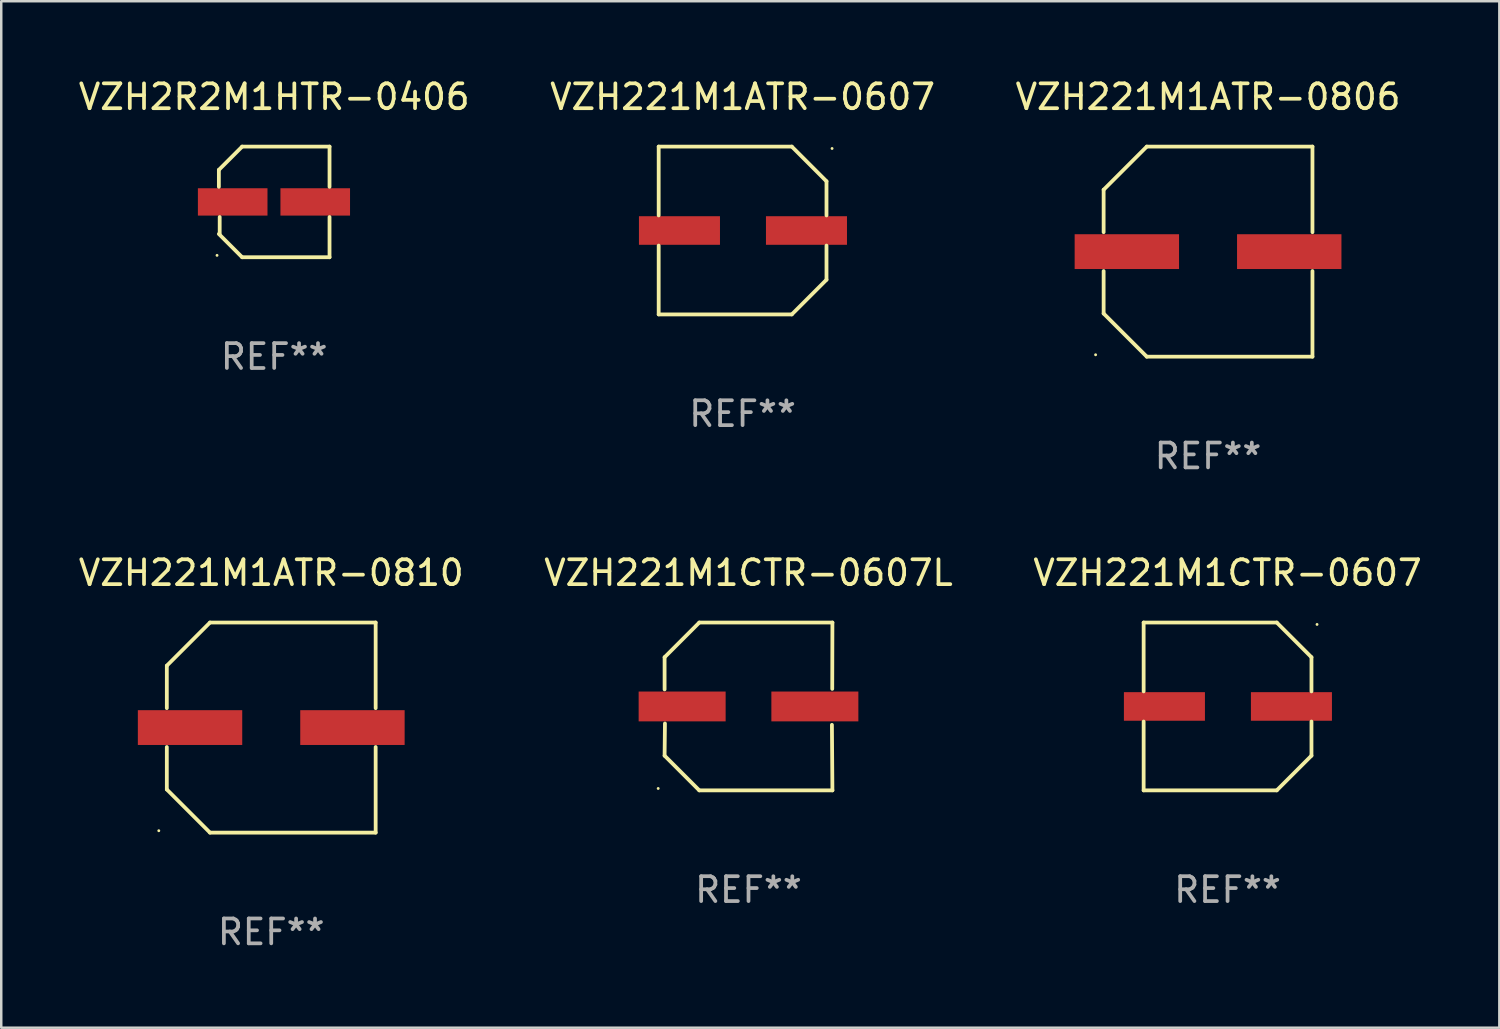
<source format=kicad_pcb>
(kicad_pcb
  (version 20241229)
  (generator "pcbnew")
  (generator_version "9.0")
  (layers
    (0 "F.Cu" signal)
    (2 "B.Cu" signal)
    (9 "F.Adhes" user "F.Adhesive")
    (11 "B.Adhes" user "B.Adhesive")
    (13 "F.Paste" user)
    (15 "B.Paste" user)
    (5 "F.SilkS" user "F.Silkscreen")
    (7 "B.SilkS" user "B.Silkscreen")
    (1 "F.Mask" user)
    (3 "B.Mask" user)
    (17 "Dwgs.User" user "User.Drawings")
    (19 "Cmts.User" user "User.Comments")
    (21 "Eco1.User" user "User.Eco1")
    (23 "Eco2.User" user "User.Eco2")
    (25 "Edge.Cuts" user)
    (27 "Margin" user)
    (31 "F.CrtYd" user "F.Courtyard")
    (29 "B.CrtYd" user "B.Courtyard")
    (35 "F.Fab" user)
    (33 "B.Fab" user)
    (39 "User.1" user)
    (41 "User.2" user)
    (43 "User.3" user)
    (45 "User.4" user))
  (footprint "VZH2R2M1HTR-0406"
    (layer "F.Cu")
    (at 7.982 5.074)
    (property "Reference" "VZH2R2M1HTR-0406" (at 0 -4.226 0) (layer "F.SilkS") (effects (font (size 1 1) (thickness 0.15))))
    (attr through_hole)
    (fp_line (start -2.226 -1.29) (end -2.226 -0.607) (stroke (width 0.152) (type solid)) (layer "F.SilkS"))
    (fp_line (start -2.193 1.29) (end -2.193 0.607) (stroke (width 0.152) (type solid)) (layer "F.SilkS"))
    (fp_line (start -1.29 2.226) (end -2.226 1.29) (stroke (width 0.152) (type solid)) (layer "F.SilkS"))
    (fp_line (start -1.29 -2.226) (end -2.226 -1.29) (stroke (width 0.152) (type solid)) (layer "F.SilkS"))
    (fp_line (start 2.226 -2.226) (end -1.29 -2.226) (stroke (width 0.152) (type solid)) (layer "F.SilkS"))
    (fp_line (start 2.226 -0.607) (end 2.226 -2.226) (stroke (width 0.152) (type solid)) (layer "F.SilkS"))
    (fp_line (start 2.226 0.607) (end 2.226 2.226) (stroke (width 0.152) (type solid)) (layer "F.SilkS"))
    (fp_line (start 2.226 2.226) (end -1.29 2.226) (stroke (width 0.152) (type solid)) (layer "F.SilkS"))
    (fp_circle (center -2.3 2.15) (end -2.27 2.15) (stroke (width 0.06) (type solid)) (fill no) (layer "F.SilkS"))
    (fp_text user "REF**" (at 0 6.226 0) (layer "F.Fab") (effects (font (size 1 1) (thickness 0.15))))
    (pad "1" smd rect (at -1.67 -0.000025) (size 2.8 1.1) (layers "F.Cu" "F.Mask" "F.Paste"))
    (pad "2" smd rect (at 1.651 -0.000025) (size 2.8 1.1) (layers "F.Cu" "F.Mask" "F.Paste")))
  (footprint "VZH221M1ATR-0607"
    (layer "F.Cu")
    (at 26.827 6.224)
    (property "Reference" "VZH221M1ATR-0607" (at 0 -5.376 0) (layer "F.SilkS") (effects (font (size 1 1) (thickness 0.15))))
    (attr through_hole)
    (fp_line (start -3.376 -3.376) (end 1.98 -3.376) (stroke (width 0.152) (type solid)) (layer "F.SilkS"))
    (fp_line (start -3.376 -0.607) (end -3.376 -3.376) (stroke (width 0.152) (type solid)) (layer "F.SilkS"))
    (fp_line (start -3.376 0.607) (end -3.376 3.376) (stroke (width 0.152) (type solid)) (layer "F.SilkS"))
    (fp_line (start -3.376 3.376) (end 1.98 3.376) (stroke (width 0.152) (type solid)) (layer "F.SilkS"))
    (fp_line (start 1.98 -3.376) (end 3.376 -1.98) (stroke (width 0.152) (type solid)) (layer "F.SilkS"))
    (fp_line (start 1.98 3.376) (end 3.376 1.98) (stroke (width 0.152) (type solid)) (layer "F.SilkS"))
    (fp_line (start 3.376 -1.98) (end 3.376 -0.607) (stroke (width 0.152) (type solid)) (layer "F.SilkS"))
    (fp_line (start 3.376 1.98) (end 3.376 0.607) (stroke (width 0.152) (type solid)) (layer "F.SilkS"))
    (fp_circle (center 3.6 -3.3) (end 3.63 -3.3) (stroke (width 0.06) (type solid)) (fill no) (layer "F.SilkS"))
    (fp_text user "REF**" (at 0 7.376 0) (layer "F.Fab") (effects (font (size 1 1) (thickness 0.15))))
    (pad "1" smd rect (at 2.57 0 180) (size 3.26 1.15) (layers "F.Cu" "F.Mask" "F.Paste"))
    (pad "2" smd rect (at -2.54 0 180) (size 3.26 1.15) (layers "F.Cu" "F.Mask" "F.Paste")))
  (footprint "VZH221M1CTR-0607L"
    (layer "F.Cu")
    (at 27.065 25.373)
    (property "Reference" "VZH221M1CTR-0607L" (at 0 -5.376 0) (layer "F.SilkS") (effects (font (size 1 1) (thickness 0.15))))
    (attr through_hole)
    (fp_line (start -3.376 -1.98) (end -3.376 -0.686) (stroke (width 0.152) (type solid)) (layer "F.SilkS"))
    (fp_line (start -3.376 1.981) (end -3.362 0.686) (stroke (width 0.152) (type solid)) (layer "F.SilkS"))
    (fp_line (start -1.981 3.376) (end -3.376 1.981) (stroke (width 0.152) (type solid)) (layer "F.SilkS"))
    (fp_line (start -1.98 -3.376) (end -3.376 -1.98) (stroke (width 0.152) (type solid)) (layer "F.SilkS"))
    (fp_line (start 3.356 0.74) (end 3.376 3.376) (stroke (width 0.152) (type solid)) (layer "F.SilkS"))
    (fp_line (start 3.369 -0.707) (end 3.376 -3.376) (stroke (width 0.152) (type solid)) (layer "F.SilkS"))
    (fp_line (start 3.376 3.376) (end -1.981 3.376) (stroke (width 0.152) (type solid)) (layer "F.SilkS"))
    (fp_line (start 3.376 -3.376) (end -1.98 -3.376) (stroke (width 0.152) (type solid)) (layer "F.SilkS"))
    (fp_circle (center -3.634 3.3) (end -3.604 3.3) (stroke (width 0.06) (type solid)) (fill no) (layer "F.SilkS"))
    (fp_text user "REF**" (at 0 7.376 0) (layer "F.Fab") (effects (font (size 1 1) (thickness 0.15))))
    (pad "1" smd rect (at -2.67 0.000254) (size 3.5 1.2) (layers "F.Cu" "F.Mask" "F.Paste"))
    (pad "2" smd rect (at 2.67 0.000254) (size 3.5 1.2) (layers "F.Cu" "F.Mask" "F.Paste")))
  (footprint "VZH221M1CTR-0607"
    (layer "F.Cu")
    (at 46.339 25.373)
    (property "Reference" "VZH221M1CTR-0607" (at 0 -5.376 0) (layer "F.SilkS") (effects (font (size 1 1) (thickness 0.15))))
    (attr through_hole)
    (fp_line (start -3.376 -3.376) (end 1.98 -3.376) (stroke (width 0.152) (type solid)) (layer "F.SilkS"))
    (fp_line (start -3.376 -0.607) (end -3.376 -3.376) (stroke (width 0.152) (type solid)) (layer "F.SilkS"))
    (fp_line (start -3.376 0.607) (end -3.376 3.376) (stroke (width 0.152) (type solid)) (layer "F.SilkS"))
    (fp_line (start -3.376 3.376) (end 1.98 3.376) (stroke (width 0.152) (type solid)) (layer "F.SilkS"))
    (fp_line (start 1.98 -3.376) (end 3.376 -1.98) (stroke (width 0.152) (type solid)) (layer "F.SilkS"))
    (fp_line (start 1.98 3.376) (end 3.376 1.98) (stroke (width 0.152) (type solid)) (layer "F.SilkS"))
    (fp_line (start 3.376 -1.98) (end 3.376 -0.607) (stroke (width 0.152) (type solid)) (layer "F.SilkS"))
    (fp_line (start 3.376 1.98) (end 3.376 0.607) (stroke (width 0.152) (type solid)) (layer "F.SilkS"))
    (fp_circle (center 3.6 -3.3) (end 3.63 -3.3) (stroke (width 0.06) (type solid)) (fill no) (layer "F.SilkS"))
    (fp_text user "REF**" (at 0 7.376 0) (layer "F.Fab") (effects (font (size 1 1) (thickness 0.15))))
    (pad "1" smd rect (at 2.57 0 180) (size 3.26 1.15) (layers "F.Cu" "F.Mask" "F.Paste"))
    (pad "2" smd rect (at -2.54 0 180) (size 3.26 1.15) (layers "F.Cu" "F.Mask" "F.Paste")))
  (footprint "VZH221M1ATR-0810"
    (layer "F.Cu")
    (at 7.863 26.223)
    (property "Reference" "VZH221M1ATR-0810" (at 0 -6.226 0) (layer "F.SilkS") (effects (font (size 1 1) (thickness 0.15))))
    (attr through_hole)
    (fp_line (start -4.201 -2.49) (end -4.201 -0.782) (stroke (width 0.152) (type solid)) (layer "F.SilkS"))
    (fp_line (start -4.201 2.49) (end -4.201 0.782) (stroke (width 0.152) (type solid)) (layer "F.SilkS"))
    (fp_line (start -2.465 -4.226) (end -4.201 -2.49) (stroke (width 0.152) (type solid)) (layer "F.SilkS"))
    (fp_line (start -2.465 4.226) (end -4.201 2.49) (stroke (width 0.152) (type solid)) (layer "F.SilkS"))
    (fp_line (start 4.201 -4.226) (end -2.465 -4.226) (stroke (width 0.152) (type solid)) (layer "F.SilkS"))
    (fp_line (start 4.201 -0.782) (end 4.201 -4.226) (stroke (width 0.152) (type solid)) (layer "F.SilkS"))
    (fp_line (start 4.201 0.782) (end 4.201 4.226) (stroke (width 0.152) (type solid)) (layer "F.SilkS"))
    (fp_line (start 4.201 4.226) (end -2.465 4.226) (stroke (width 0.152) (type solid)) (layer "F.SilkS"))
    (fp_circle (center -4.524 4.15) (end -4.494 4.15) (stroke (width 0.06) (type solid)) (fill no) (layer "F.SilkS"))
    (fp_text user "REF**" (at 0 8.226 0) (layer "F.Fab") (effects (font (size 1 1) (thickness 0.15))))
    (pad "1" smd rect (at -3.267 0) (size 4.2 1.4) (layers "F.Cu" "F.Mask" "F.Paste"))
    (pad "2" smd rect (at 3.267 0) (size 4.2 1.4) (layers "F.Cu" "F.Mask" "F.Paste")))
  (footprint "VZH221M1ATR-0806"
    (layer "F.Cu")
    (at 45.554 7.074)
    (property "Reference" "VZH221M1ATR-0806" (at 0 -6.226 0) (layer "F.SilkS") (effects (font (size 1 1) (thickness 0.15))))
    (attr through_hole)
    (fp_line (start -4.201 -2.49) (end -4.201 -0.782) (stroke (width 0.152) (type solid)) (layer "F.SilkS"))
    (fp_line (start -4.201 2.49) (end -4.201 0.782) (stroke (width 0.152) (type solid)) (layer "F.SilkS"))
    (fp_line (start -2.465 -4.226) (end -4.201 -2.49) (stroke (width 0.152) (type solid)) (layer "F.SilkS"))
    (fp_line (start -2.465 4.226) (end -4.201 2.49) (stroke (width 0.152) (type solid)) (layer "F.SilkS"))
    (fp_line (start 4.201 -4.226) (end -2.465 -4.226) (stroke (width 0.152) (type solid)) (layer "F.SilkS"))
    (fp_line (start 4.201 -0.782) (end 4.201 -4.226) (stroke (width 0.152) (type solid)) (layer "F.SilkS"))
    (fp_line (start 4.201 0.782) (end 4.201 4.226) (stroke (width 0.152) (type solid)) (layer "F.SilkS"))
    (fp_line (start 4.201 4.226) (end -2.465 4.226) (stroke (width 0.152) (type solid)) (layer "F.SilkS"))
    (fp_circle (center -4.524 4.15) (end -4.494 4.15) (stroke (width 0.06) (type solid)) (fill no) (layer "F.SilkS"))
    (fp_text user "REF**" (at 0 8.226 0) (layer "F.Fab") (effects (font (size 1 1) (thickness 0.15))))
    (pad "1" smd rect (at -3.267 0) (size 4.2 1.4) (layers "F.Cu" "F.Mask" "F.Paste"))
    (pad "2" smd rect (at 3.267 0) (size 4.2 1.4) (layers "F.Cu" "F.Mask" "F.Paste")))
  (gr_rect
    (start -3 -3)
    (end 57.274 38.298)
    (stroke (width 0.1) (type default))
    (fill no)
    (layer "Edge.Cuts")))
</source>
